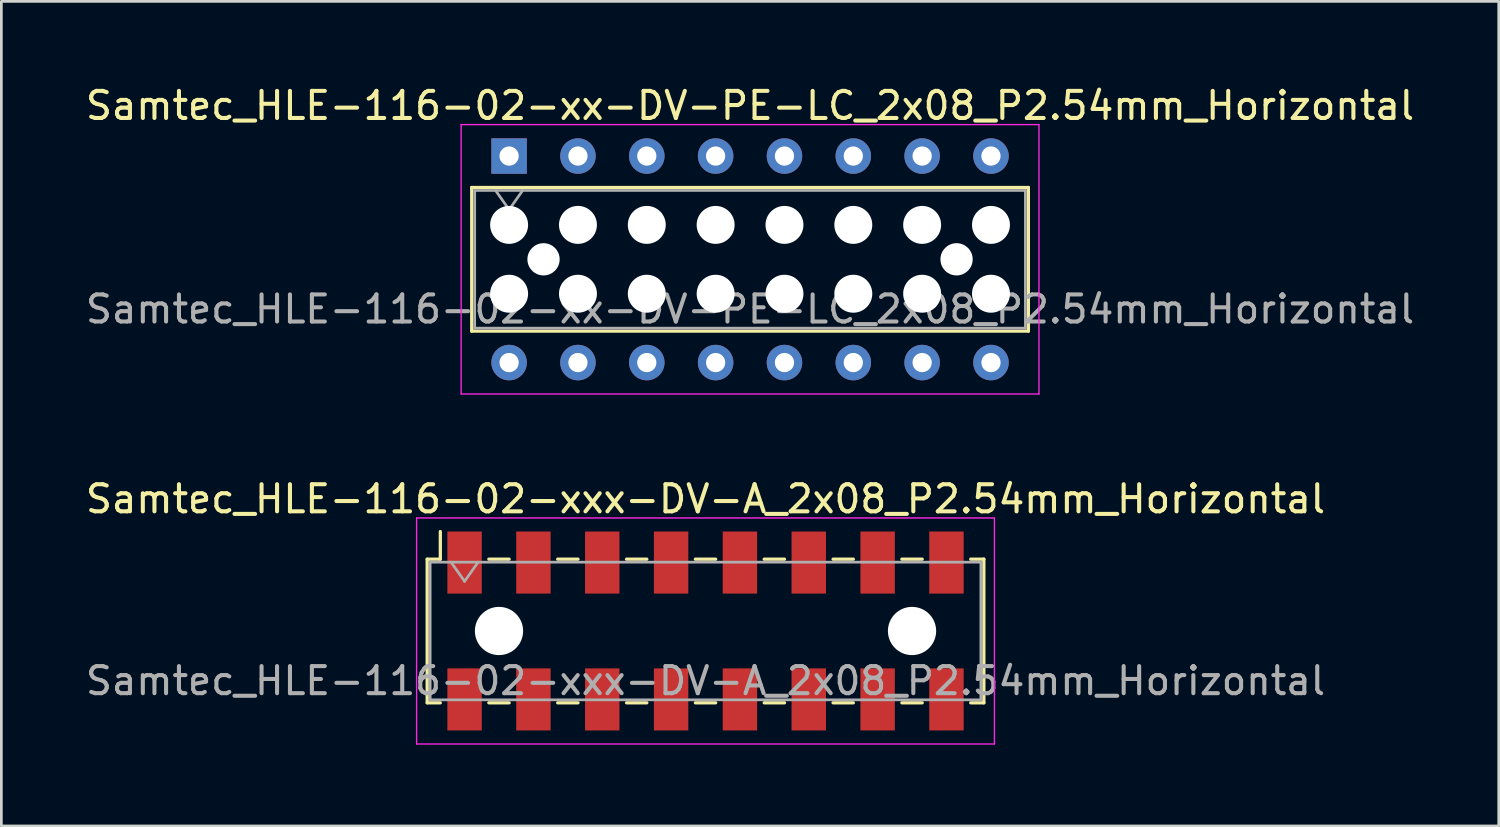
<source format=kicad_pcb>
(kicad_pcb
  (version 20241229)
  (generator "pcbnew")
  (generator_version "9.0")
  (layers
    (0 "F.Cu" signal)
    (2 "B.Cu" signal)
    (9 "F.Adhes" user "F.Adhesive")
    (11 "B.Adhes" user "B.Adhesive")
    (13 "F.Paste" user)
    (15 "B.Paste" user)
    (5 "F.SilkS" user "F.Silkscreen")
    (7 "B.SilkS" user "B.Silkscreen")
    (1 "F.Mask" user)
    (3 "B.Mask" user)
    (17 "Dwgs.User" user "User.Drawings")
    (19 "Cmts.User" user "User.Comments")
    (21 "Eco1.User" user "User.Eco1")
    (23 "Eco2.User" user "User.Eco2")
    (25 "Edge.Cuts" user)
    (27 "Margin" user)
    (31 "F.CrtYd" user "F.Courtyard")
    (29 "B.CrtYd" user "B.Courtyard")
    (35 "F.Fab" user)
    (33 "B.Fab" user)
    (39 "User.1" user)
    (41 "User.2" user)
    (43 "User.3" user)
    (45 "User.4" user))
  (footprint "Samtec_HLE-116-02-xx-DV-PE-LC_2x08_P2.54mm_Horizontal"
    (layer "F.Cu")
    (at 15.735 2.708)
    (property "Reference" "Samtec_HLE-116-02-xx-DV-PE-LC_2x08_P2.54mm_Horizontal" (at 8.89 -1.86 0) (layer "F.SilkS") (effects (font (size 1 1) (thickness 0.15))))
    (attr through_hole)
    (fp_line (start -1.38 1.16) (end 19.16 1.16) (stroke (width 0.12) (type solid)) (layer "F.SilkS"))
    (fp_line (start -1.38 6.46) (end -1.38 1.16) (stroke (width 0.12) (type solid)) (layer "F.SilkS"))
    (fp_line (start 19.16 1.16) (end 19.16 6.46) (stroke (width 0.12) (type solid)) (layer "F.SilkS"))
    (fp_line (start 19.16 6.46) (end -1.38 6.46) (stroke (width 0.12) (type solid)) (layer "F.SilkS"))
    (fp_line (start -1.77 -1.16) (end 19.55 -1.16) (stroke (width 0.05) (type solid)) (layer "F.CrtYd"))
    (fp_line (start -1.77 8.78) (end -1.77 -1.16) (stroke (width 0.05) (type solid)) (layer "F.CrtYd"))
    (fp_line (start 19.55 -1.16) (end 19.55 8.78) (stroke (width 0.05) (type solid)) (layer "F.CrtYd"))
    (fp_line (start 19.55 8.78) (end -1.77 8.78) (stroke (width 0.05) (type solid)) (layer "F.CrtYd"))
    (fp_line (start -1.27 1.27) (end 19.05 1.27) (stroke (width 0.1) (type solid)) (layer "F.Fab"))
    (fp_line (start -1.27 6.35) (end -1.27 1.27) (stroke (width 0.1) (type solid)) (layer "F.Fab"))
    (fp_line (start -0.5 1.27) (end 0 1.977) (stroke (width 0.1) (type solid)) (layer "F.Fab"))
    (fp_line (start 0 1.977) (end 0.5 1.27) (stroke (width 0.1) (type solid)) (layer "F.Fab"))
    (fp_line (start 19.05 1.27) (end 19.05 6.35) (stroke (width 0.1) (type solid)) (layer "F.Fab"))
    (fp_line (start 19.05 6.35) (end -1.27 6.35) (stroke (width 0.1) (type solid)) (layer "F.Fab"))
    (fp_text user "${REFERENCE}" (at 8.89 5.65 0) (layer "F.Fab") (effects (font (size 1 1) (thickness 0.15))))
    (pad "" np_thru_hole circle (at 0 2.54) (size 1.4 1.4) (drill 1.4) (layers "*.Cu" "*.Mask"))
    (pad "" np_thru_hole circle (at 0 5.08) (size 1.4 1.4) (drill 1.4) (layers "*.Cu" "*.Mask"))
    (pad "" np_thru_hole circle (at 1.27 3.81) (size 1.19 1.19) (drill 1.19) (layers "*.Cu" "*.Mask"))
    (pad "" np_thru_hole circle (at 2.54 2.54) (size 1.4 1.4) (drill 1.4) (layers "*.Cu" "*.Mask"))
    (pad "" np_thru_hole circle (at 2.54 5.08) (size 1.4 1.4) (drill 1.4) (layers "*.Cu" "*.Mask"))
    (pad "" np_thru_hole circle (at 5.08 2.54) (size 1.4 1.4) (drill 1.4) (layers "*.Cu" "*.Mask"))
    (pad "" np_thru_hole circle (at 5.08 5.08) (size 1.4 1.4) (drill 1.4) (layers "*.Cu" "*.Mask"))
    (pad "" np_thru_hole circle (at 7.62 2.54) (size 1.4 1.4) (drill 1.4) (layers "*.Cu" "*.Mask"))
    (pad "" np_thru_hole circle (at 7.62 5.08) (size 1.4 1.4) (drill 1.4) (layers "*.Cu" "*.Mask"))
    (pad "" np_thru_hole circle (at 10.16 2.54) (size 1.4 1.4) (drill 1.4) (layers "*.Cu" "*.Mask"))
    (pad "" np_thru_hole circle (at 10.16 5.08) (size 1.4 1.4) (drill 1.4) (layers "*.Cu" "*.Mask"))
    (pad "" np_thru_hole circle (at 12.7 2.54) (size 1.4 1.4) (drill 1.4) (layers "*.Cu" "*.Mask"))
    (pad "" np_thru_hole circle (at 12.7 5.08) (size 1.4 1.4) (drill 1.4) (layers "*.Cu" "*.Mask"))
    (pad "" np_thru_hole circle (at 15.24 2.54) (size 1.4 1.4) (drill 1.4) (layers "*.Cu" "*.Mask"))
    (pad "" np_thru_hole circle (at 15.24 5.08) (size 1.4 1.4) (drill 1.4) (layers "*.Cu" "*.Mask"))
    (pad "" np_thru_hole circle (at 16.51 3.81) (size 1.19 1.19) (drill 1.19) (layers "*.Cu" "*.Mask"))
    (pad "" np_thru_hole circle (at 17.78 2.54) (size 1.4 1.4) (drill 1.4) (layers "*.Cu" "*.Mask"))
    (pad "" np_thru_hole circle (at 17.78 5.08) (size 1.4 1.4) (drill 1.4) (layers "*.Cu" "*.Mask"))
    (pad "1" thru_hole rect (at 0 0) (size 1.31 1.31) (drill 0.71) (layers "*.Cu" "*.Mask"))
    (pad "2" thru_hole circle (at 0 7.62) (size 1.31 1.31) (drill 0.71) (layers "*.Cu" "*.Mask"))
    (pad "3" thru_hole circle (at 2.54 0) (size 1.31 1.31) (drill 0.71) (layers "*.Cu" "*.Mask"))
    (pad "4" thru_hole circle (at 2.54 7.62) (size 1.31 1.31) (drill 0.71) (layers "*.Cu" "*.Mask"))
    (pad "5" thru_hole circle (at 5.08 0) (size 1.31 1.31) (drill 0.71) (layers "*.Cu" "*.Mask"))
    (pad "6" thru_hole circle (at 5.08 7.62) (size 1.31 1.31) (drill 0.71) (layers "*.Cu" "*.Mask"))
    (pad "7" thru_hole circle (at 7.62 0) (size 1.31 1.31) (drill 0.71) (layers "*.Cu" "*.Mask"))
    (pad "8" thru_hole circle (at 7.62 7.62) (size 1.31 1.31) (drill 0.71) (layers "*.Cu" "*.Mask"))
    (pad "9" thru_hole circle (at 10.16 0) (size 1.31 1.31) (drill 0.71) (layers "*.Cu" "*.Mask"))
    (pad "10" thru_hole circle (at 10.16 7.62) (size 1.31 1.31) (drill 0.71) (layers "*.Cu" "*.Mask"))
    (pad "11" thru_hole circle (at 12.7 0) (size 1.31 1.31) (drill 0.71) (layers "*.Cu" "*.Mask"))
    (pad "12" thru_hole circle (at 12.7 7.62) (size 1.31 1.31) (drill 0.71) (layers "*.Cu" "*.Mask"))
    (pad "13" thru_hole circle (at 15.24 0) (size 1.31 1.31) (drill 0.71) (layers "*.Cu" "*.Mask"))
    (pad "14" thru_hole circle (at 15.24 7.62) (size 1.31 1.31) (drill 0.71) (layers "*.Cu" "*.Mask"))
    (pad "15" thru_hole circle (at 17.78 0) (size 1.31 1.31) (drill 0.71) (layers "*.Cu" "*.Mask"))
    (pad "16" thru_hole circle (at 17.78 7.62) (size 1.31 1.31) (drill 0.71) (layers "*.Cu" "*.Mask")))
  (footprint "Samtec_HLE-116-02-xxx-DV-A_2x08_P2.54mm_Horizontal"
    (layer "F.Cu")
    (at 22.982 20.232)
    (property "Reference" "Samtec_HLE-116-02-xxx-DV-A_2x08_P2.54mm_Horizontal" (at 0 -4.87 0) (layer "F.SilkS") (effects (font (size 1 1) (thickness 0.15))))
    (attr smd)
    (fp_line (start -10.27 -2.65) (end -10.27 2.65) (stroke (width 0.12) (type solid)) (layer "F.SilkS"))
    (fp_line (start -10.27 2.65) (end -9.785 2.65) (stroke (width 0.12) (type solid)) (layer "F.SilkS"))
    (fp_line (start -9.785 -3.67) (end -9.785 -2.65) (stroke (width 0.12) (type solid)) (layer "F.SilkS"))
    (fp_line (start -9.785 -2.65) (end -10.27 -2.65) (stroke (width 0.12) (type solid)) (layer "F.SilkS"))
    (fp_line (start -7.995 -2.65) (end -7.245 -2.65) (stroke (width 0.12) (type solid)) (layer "F.SilkS"))
    (fp_line (start -7.995 2.65) (end -7.245 2.65) (stroke (width 0.12) (type solid)) (layer "F.SilkS"))
    (fp_line (start -5.455 -2.65) (end -4.705 -2.65) (stroke (width 0.12) (type solid)) (layer "F.SilkS"))
    (fp_line (start -5.455 2.65) (end -4.705 2.65) (stroke (width 0.12) (type solid)) (layer "F.SilkS"))
    (fp_line (start -2.915 -2.65) (end -2.165 -2.65) (stroke (width 0.12) (type solid)) (layer "F.SilkS"))
    (fp_line (start -2.915 2.65) (end -2.165 2.65) (stroke (width 0.12) (type solid)) (layer "F.SilkS"))
    (fp_line (start -0.375 -2.65) (end 0.375 -2.65) (stroke (width 0.12) (type solid)) (layer "F.SilkS"))
    (fp_line (start -0.375 2.65) (end 0.375 2.65) (stroke (width 0.12) (type solid)) (layer "F.SilkS"))
    (fp_line (start 2.165 -2.65) (end 2.915 -2.65) (stroke (width 0.12) (type solid)) (layer "F.SilkS"))
    (fp_line (start 2.165 2.65) (end 2.915 2.65) (stroke (width 0.12) (type solid)) (layer "F.SilkS"))
    (fp_line (start 4.705 -2.65) (end 5.455 -2.65) (stroke (width 0.12) (type solid)) (layer "F.SilkS"))
    (fp_line (start 4.705 2.65) (end 5.455 2.65) (stroke (width 0.12) (type solid)) (layer "F.SilkS"))
    (fp_line (start 7.245 -2.65) (end 7.995 -2.65) (stroke (width 0.12) (type solid)) (layer "F.SilkS"))
    (fp_line (start 7.245 2.65) (end 7.995 2.65) (stroke (width 0.12) (type solid)) (layer "F.SilkS"))
    (fp_line (start 9.785 -2.65) (end 10.27 -2.65) (stroke (width 0.12) (type solid)) (layer "F.SilkS"))
    (fp_line (start 10.27 -2.65) (end 10.27 2.65) (stroke (width 0.12) (type solid)) (layer "F.SilkS"))
    (fp_line (start 10.27 2.65) (end 9.785 2.65) (stroke (width 0.12) (type solid)) (layer "F.SilkS"))
    (fp_line (start -10.66 -4.17) (end 10.66 -4.17) (stroke (width 0.05) (type solid)) (layer "F.CrtYd"))
    (fp_line (start -10.66 4.17) (end -10.66 -4.17) (stroke (width 0.05) (type solid)) (layer "F.CrtYd"))
    (fp_line (start 10.66 -4.17) (end 10.66 4.17) (stroke (width 0.05) (type solid)) (layer "F.CrtYd"))
    (fp_line (start 10.66 4.17) (end -10.66 4.17) (stroke (width 0.05) (type solid)) (layer "F.CrtYd"))
    (fp_line (start -10.16 -2.54) (end 10.16 -2.54) (stroke (width 0.1) (type solid)) (layer "F.Fab"))
    (fp_line (start -10.16 2.54) (end -10.16 -2.54) (stroke (width 0.1) (type solid)) (layer "F.Fab"))
    (fp_line (start -9.39 -2.54) (end -8.89 -1.833) (stroke (width 0.1) (type solid)) (layer "F.Fab"))
    (fp_line (start -8.89 -1.833) (end -8.39 -2.54) (stroke (width 0.1) (type solid)) (layer "F.Fab"))
    (fp_line (start 10.16 -2.54) (end 10.16 2.54) (stroke (width 0.1) (type solid)) (layer "F.Fab"))
    (fp_line (start 10.16 2.54) (end -10.16 2.54) (stroke (width 0.1) (type solid)) (layer "F.Fab"))
    (fp_text user "${REFERENCE}" (at 0 1.84 0) (layer "F.Fab") (effects (font (size 1 1) (thickness 0.15))))
    (pad "" np_thru_hole circle (at -7.62 0) (size 1.78 1.78) (drill 1.78) (layers "*.Cu" "*.Mask"))
    (pad "" np_thru_hole circle (at 7.62 0) (size 1.78 1.78) (drill 1.78) (layers "*.Cu" "*.Mask"))
    (pad "1" smd rect (at -8.89 -2.525) (size 1.27 2.29) (layers "F.Cu" "F.Mask" "F.Paste"))
    (pad "2" smd rect (at -8.89 2.525) (size 1.27 2.29) (layers "F.Cu" "F.Mask" "F.Paste"))
    (pad "3" smd rect (at -6.35 -2.525) (size 1.27 2.29) (layers "F.Cu" "F.Mask" "F.Paste"))
    (pad "4" smd rect (at -6.35 2.525) (size 1.27 2.29) (layers "F.Cu" "F.Mask" "F.Paste"))
    (pad "5" smd rect (at -3.81 -2.525) (size 1.27 2.29) (layers "F.Cu" "F.Mask" "F.Paste"))
    (pad "6" smd rect (at -3.81 2.525) (size 1.27 2.29) (layers "F.Cu" "F.Mask" "F.Paste"))
    (pad "7" smd rect (at -1.27 -2.525) (size 1.27 2.29) (layers "F.Cu" "F.Mask" "F.Paste"))
    (pad "8" smd rect (at -1.27 2.525) (size 1.27 2.29) (layers "F.Cu" "F.Mask" "F.Paste"))
    (pad "9" smd rect (at 1.27 -2.525) (size 1.27 2.29) (layers "F.Cu" "F.Mask" "F.Paste"))
    (pad "10" smd rect (at 1.27 2.525) (size 1.27 2.29) (layers "F.Cu" "F.Mask" "F.Paste"))
    (pad "11" smd rect (at 3.81 -2.525) (size 1.27 2.29) (layers "F.Cu" "F.Mask" "F.Paste"))
    (pad "12" smd rect (at 3.81 2.525) (size 1.27 2.29) (layers "F.Cu" "F.Mask" "F.Paste"))
    (pad "13" smd rect (at 6.35 -2.525) (size 1.27 2.29) (layers "F.Cu" "F.Mask" "F.Paste"))
    (pad "14" smd rect (at 6.35 2.525) (size 1.27 2.29) (layers "F.Cu" "F.Mask" "F.Paste"))
    (pad "15" smd rect (at 8.89 -2.525) (size 1.27 2.29) (layers "F.Cu" "F.Mask" "F.Paste"))
    (pad "16" smd rect (at 8.89 2.525) (size 1.27 2.29) (layers "F.Cu" "F.Mask" "F.Paste")))
  (gr_rect
    (start -3 -3)
    (end 52.25 27.427)
    (stroke (width 0.1) (type default))
    (fill no)
    (layer "Edge.Cuts")))
</source>
